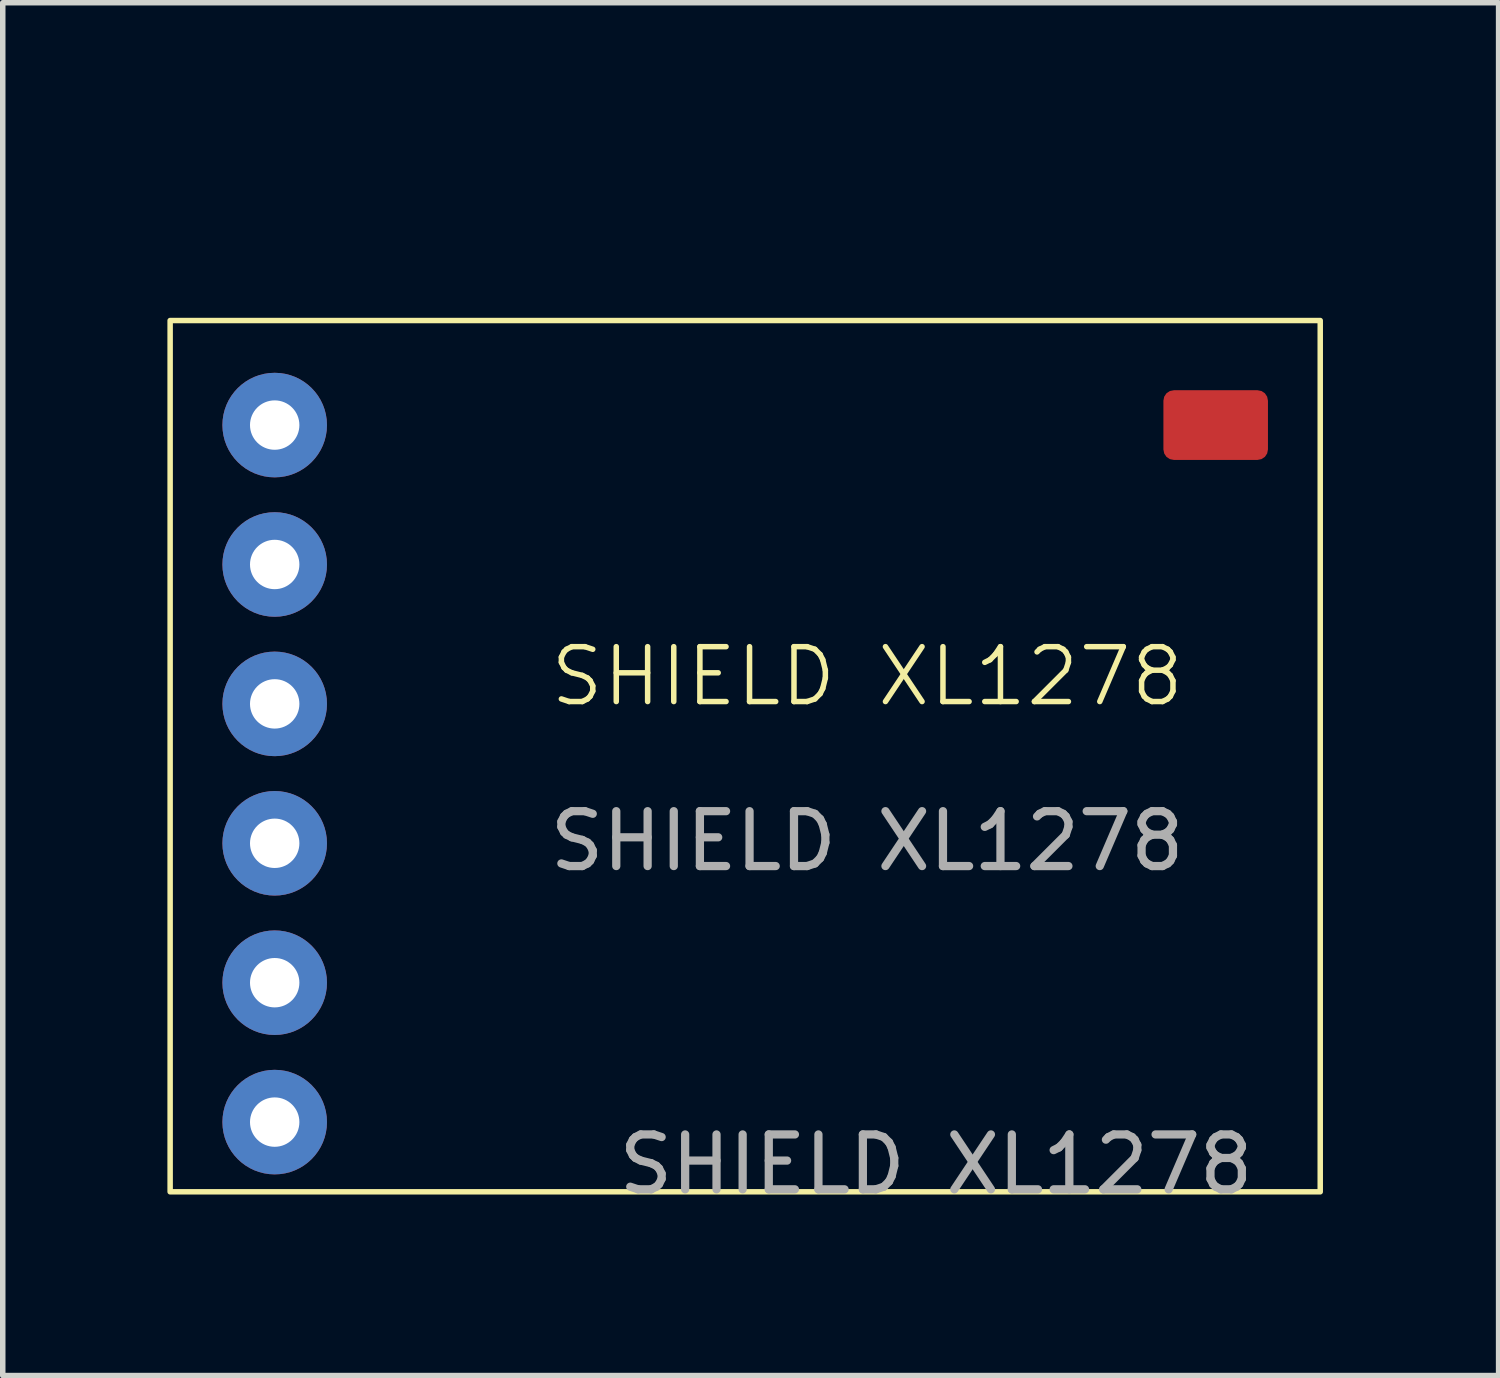
<source format=kicad_pcb>
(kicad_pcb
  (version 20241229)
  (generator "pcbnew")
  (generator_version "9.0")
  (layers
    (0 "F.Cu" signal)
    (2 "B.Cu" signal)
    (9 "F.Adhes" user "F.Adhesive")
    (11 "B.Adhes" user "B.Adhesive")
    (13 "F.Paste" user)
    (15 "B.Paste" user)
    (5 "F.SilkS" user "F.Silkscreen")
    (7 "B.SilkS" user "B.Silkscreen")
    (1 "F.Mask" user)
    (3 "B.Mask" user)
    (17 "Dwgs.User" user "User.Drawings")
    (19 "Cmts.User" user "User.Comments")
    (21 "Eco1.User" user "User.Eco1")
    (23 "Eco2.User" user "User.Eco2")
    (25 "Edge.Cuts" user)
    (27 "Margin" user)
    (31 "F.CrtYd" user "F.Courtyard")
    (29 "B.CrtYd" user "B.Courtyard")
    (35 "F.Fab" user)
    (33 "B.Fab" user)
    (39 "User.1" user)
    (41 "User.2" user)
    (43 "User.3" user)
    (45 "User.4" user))
  (footprint "SHIELD XL1278"
    (layer "F.Cu")
    (at 21.005 0.25)
    (property "Reference" "SHIELD XL1278" (at -8.255 9.025 0) (unlocked yes) (layer "F.SilkS") (effects (font (size 1 1) (thickness 0.1))))
    (attr smd)
    (fp_rect (start -20.955 2.54) (end 0 18.415) (stroke (width 0.1) (type solid)) (fill no) (layer "F.SilkS"))
    (fp_text user "${REFERENCE}" (at -8.255 12.025 0) (unlocked yes) (layer "F.Fab") (effects (font (size 1 1) (thickness 0.15))))
    (fp_text user "${REFERENCE}" (at -7 17.915 0) (unlocked yes) (layer "F.Fab") (effects (font (size 1 1) (thickness 0.15))))
    (pad "" smd roundrect (at -1.905 4.445) (size 1.905 1.27) (layers "F.Cu") (roundrect_rratio 0.15))
    (pad "1" thru_hole circle (at -19.05 4.445) (size 1.905 1.905) (drill 0.9) (layers "*.Cu" "*.Mask"))
    (pad "5" thru_hole circle (at -19.05 6.985) (size 1.905 1.905) (drill 0.9) (layers "*.Cu" "*.Mask"))
    (pad "7" thru_hole circle (at -19.05 9.525) (size 1.905 1.905) (drill 0.9) (layers "*.Cu" "*.Mask"))
    (pad "8" thru_hole circle (at -19.05 12.065) (size 1.905 1.905) (drill 0.9) (layers "*.Cu" "*.Mask"))
    (pad "9" thru_hole circle (at -19.05 14.605) (size 1.905 1.905) (drill 0.9) (layers "*.Cu" "*.Mask"))
    (pad "11" thru_hole circle (at -19.05 17.145) (size 1.905 1.905) (drill 0.9) (layers "*.Cu" "*.Mask")))
  (gr_rect
    (start -3 -3)
    (end 24.255 22.013)
    (stroke (width 0.1) (type default))
    (fill no)
    (layer "Edge.Cuts")))
</source>
